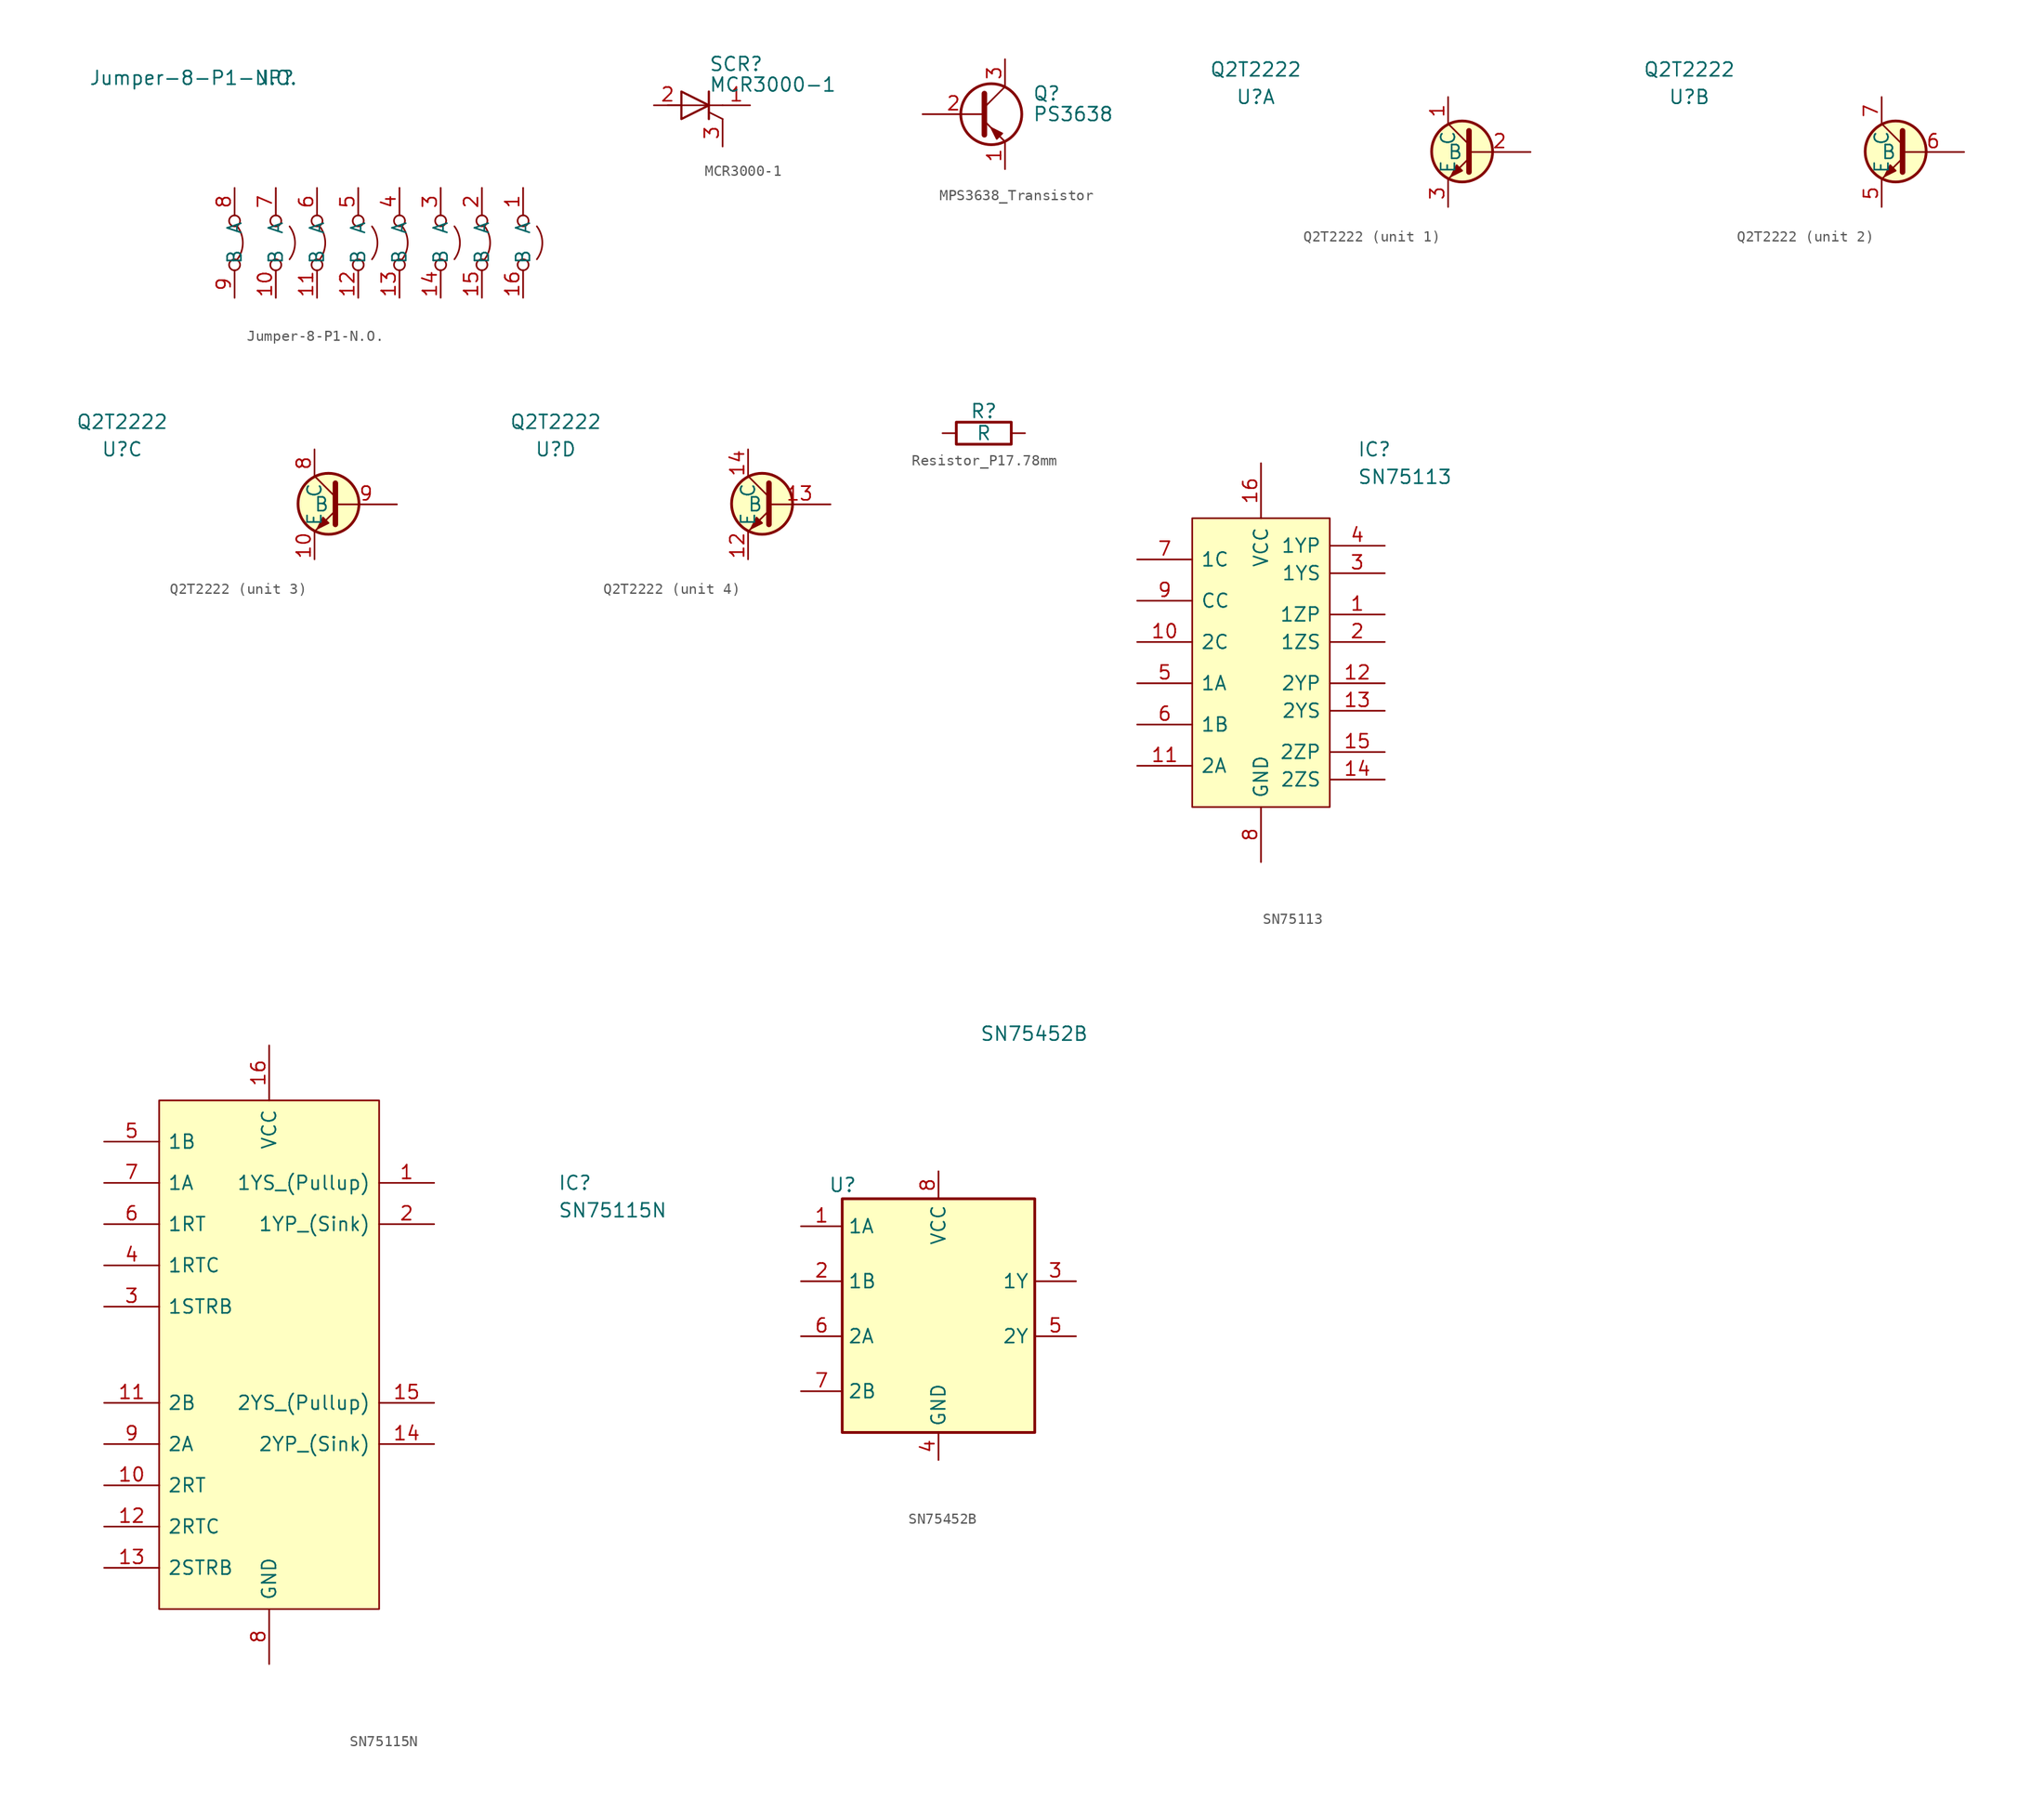
<source format=kicad_sym>
(kicad_symbol_lib
  (version 20220914)
  (generator kicad_symbol_editor)
  (symbol "Jumper-8-P1-N.O."
    (property "Reference" "JP"
      (at -10.16 15.24 0)
      (effects (font (size 1.27 1.27))))
    (property "Value" "Jumper-8-P1-N.O."
      (at -17.78 15.24 0)
      (effects (font (size 1.27 1.27))))
    (symbol "Jumper-8-P1-N.O._0_0"
      (circle (center -13.965 -2.038) (radius 0.508) (stroke (width 0) (type default)) (fill (type none)))
      (circle (center -13.965 2.026) (radius 0.508) (stroke (width 0) (type default)) (fill (type none)))
      (circle (center -10.157 -2.038) (radius 0.508) (stroke (width 0) (type default)) (fill (type none)))
      (circle (center -10.157 2.026) (radius 0.508) (stroke (width 0) (type default)) (fill (type none)))
      (circle (center -6.347 -2.038) (radius 0.508) (stroke (width 0) (type default)) (fill (type none)))
      (circle (center -6.347 2.026) (radius 0.508) (stroke (width 0) (type default)) (fill (type none)))
      (circle (center -2.539 -2.038) (radius 0.508) (stroke (width 0) (type default)) (fill (type none)))
      (circle (center -2.539 2.026) (radius 0.508) (stroke (width 0) (type default)) (fill (type none)))
      (circle (center 1.272 -2.032) (radius 0.508) (stroke (width 0) (type default)) (fill (type none)))
      (circle (center 1.272 2.032) (radius 0.508) (stroke (width 0) (type default)) (fill (type none)))
      (circle (center 5.08 -2.032) (radius 0.508) (stroke (width 0) (type default)) (fill (type none)))
      (circle (center 5.08 2.032) (radius 0.508) (stroke (width 0) (type default)) (fill (type none)))
      (circle (center 8.89 -2.032) (radius 0.508) (stroke (width 0) (type default)) (fill (type none)))
      (circle (center 8.89 2.032) (radius 0.508) (stroke (width 0) (type default)) (fill (type none)))
      (circle (center 12.698 -2.032) (radius 0.508) (stroke (width 0) (type default)) (fill (type none)))
      (circle (center 12.698 2.032) (radius 0.508) (stroke (width 0) (type default)) (fill (type none))))
    (symbol "Jumper-8-P1-N.O._0_1"
      (arc (start -13.7112 -1.5299) (mid -13.2036 -0.0059) (end -13.7112 1.5181) (stroke (width 0) (type default)) (fill (type none)))
      (arc (start -8.8872 -1.5299) (mid -8.3792 -0.0059) (end -8.8872 1.5181) (stroke (width 0) (type default)) (fill (type none)))
      (arc (start -6.0932 -1.5299) (mid -5.5856 -0.0059) (end -6.0932 1.5181) (stroke (width 0) (type default)) (fill (type none)))
      (arc (start -1.2692 -1.5299) (mid -0.7608 -0.0059) (end -1.2692 1.5181) (stroke (width 0) (type default)) (fill (type none)))
      (arc (start 1.526 -1.524) (mid 2.0336 0) (end 1.526 1.524) (stroke (width 0) (type default)) (fill (type none)))
      (arc (start 6.35 -1.524) (mid 6.858 0) (end 6.35 1.524) (stroke (width 0) (type default)) (fill (type none)))
      (arc (start 9.144 -1.524) (mid 9.6516 0) (end 9.144 1.524) (stroke (width 0) (type default)) (fill (type none)))
      (arc (start 13.968 -1.524) (mid 14.4764 0) (end 13.968 1.524) (stroke (width 0) (type default)) (fill (type none))))
    (symbol "Jumper-8-P1-N.O._1_1"
      (pin passive line (at 12.698 5.08 270) (length 2.54) (name "A" (effects (font (size 1.27 1.27)))) (number "1" (effects (font (size 1.27 1.27)))))
      (pin passive line (at -10.157 -5.086 90) (length 2.54) (name "B" (effects (font (size 1.27 1.27)))) (number "10" (effects (font (size 1.27 1.27)))))
      (pin passive line (at -6.347 -5.086 90) (length 2.54) (name "B" (effects (font (size 1.27 1.27)))) (number "11" (effects (font (size 1.27 1.27)))))
      (pin passive line (at -2.539 -5.086 90) (length 2.54) (name "B" (effects (font (size 1.27 1.27)))) (number "12" (effects (font (size 1.27 1.27)))))
      (pin passive line (at 1.272 -5.08 90) (length 2.54) (name "B" (effects (font (size 1.27 1.27)))) (number "13" (effects (font (size 1.27 1.27)))))
      (pin passive line (at 5.08 -5.08 90) (length 2.54) (name "B" (effects (font (size 1.27 1.27)))) (number "14" (effects (font (size 1.27 1.27)))))
      (pin passive line (at 8.89 -5.08 90) (length 2.54) (name "B" (effects (font (size 1.27 1.27)))) (number "15" (effects (font (size 1.27 1.27)))))
      (pin passive line (at 12.698 -5.08 90) (length 2.54) (name "B" (effects (font (size 1.27 1.27)))) (number "16" (effects (font (size 1.27 1.27)))))
      (pin passive line (at 8.89 5.08 270) (length 2.54) (name "A" (effects (font (size 1.27 1.27)))) (number "2" (effects (font (size 1.27 1.27)))))
      (pin passive line (at 5.08 5.08 270) (length 2.54) (name "A" (effects (font (size 1.27 1.27)))) (number "3" (effects (font (size 1.27 1.27)))))
      (pin passive line (at 1.272 5.08 270) (length 2.54) (name "A" (effects (font (size 1.27 1.27)))) (number "4" (effects (font (size 1.27 1.27)))))
      (pin passive line (at -2.539 5.074 270) (length 2.54) (name "A" (effects (font (size 1.27 1.27)))) (number "5" (effects (font (size 1.27 1.27)))))
      (pin passive line (at -6.347 5.074 270) (length 2.54) (name "A" (effects (font (size 1.27 1.27)))) (number "6" (effects (font (size 1.27 1.27)))))
      (pin passive line (at -10.157 5.074 270) (length 2.54) (name "A" (effects (font (size 1.27 1.27)))) (number "7" (effects (font (size 1.27 1.27)))))
      (pin passive line (at -13.965 5.074 270) (length 2.54) (name "A" (effects (font (size 1.27 1.27)))) (number "8" (effects (font (size 1.27 1.27)))))
      (pin passive line (at -13.965 -5.086 90) (length 2.54) (name "B" (effects (font (size 1.27 1.27)))) (number "9" (effects (font (size 1.27 1.27)))))))
  (symbol "MCR3000-1"
    (pin_names
      (offset 0) hide)
    (property "Reference" "SCR"
      (at 1.27 3.81 0)
      (effects (font (size 1.27 1.27)) (justify left)))
    (property "Value" "MCR3000-1"
      (at 1.27 1.905 0)
      (effects (font (size 1.27 1.27)) (justify left)))
    (symbol "MCR3000-1_0_1"
      (polyline (pts (xy 1.27 -1.27) (xy 1.27 1.27)) (stroke (width 0.203) (type default)) (fill (type none)))
      (polyline (pts (xy 2.54 -1.27) (xy 1.27 -0.635)) (stroke (width 0) (type default)) (fill (type none)))
      (polyline (pts (xy 2.54 0) (xy -2.54 0)) (stroke (width 0) (type default)) (fill (type none)))
      (polyline (pts (xy -1.27 -1.27) (xy -1.27 1.27) (xy 1.27 0) (xy -1.27 -1.27)) (stroke (width 0.203) (type default)) (fill (type none))))
    (symbol "MCR3000-1_1_1"
      (pin passive line (at 5.08 0 180) (length 2.54) (name "K" (effects (font (size 1.27 1.27)))) (number "1" (effects (font (size 1.27 1.27)))))
      (pin passive line (at -3.81 0 0) (length 2.54) (name "A" (effects (font (size 1.27 1.27)))) (number "2" (effects (font (size 1.27 1.27)))))
      (pin input line (at 2.54 -3.81 90) (length 2.54) (name "G" (effects (font (size 1.27 1.27)))) (number "3" (effects (font (size 1.27 1.27)))))))
  (symbol "MPS3638_Transistor"
    (pin_names
      (offset 0) hide)
    (property "Reference" "Q"
      (at 5.08 1.905 0)
      (effects (font (size 1.27 1.27)) (justify left)))
    (property "Value" "\nPS3638"
      (at 5.08 0 0)
      (effects (font (size 1.27 1.27)) (justify left)))
    (symbol "MPS3638_Transistor_0_1"
      (polyline (pts (xy 0.635 0.635) (xy 2.54 2.54)) (stroke (width 0) (type default)) (fill (type none)))
      (polyline (pts (xy 0.635 -0.635) (xy 2.54 -2.54) (xy 2.54 -2.54)) (stroke (width 0) (type default)) (fill (type none)))
      (polyline (pts (xy 0.635 1.905) (xy 0.635 -1.905) (xy 0.635 -1.905)) (stroke (width 0.508) (type default)) (fill (type none)))
      (polyline (pts (xy 2.286 -1.778) (xy 1.778 -2.286) (xy 1.27 -1.27) (xy 2.286 -1.778) (xy 2.286 -1.778)) (stroke (width 0) (type default)) (fill (type outline)))
      (circle (center 1.27 0) (radius 2.819) (stroke (width 0.254) (type default)) (fill (type none))))
    (symbol "MPS3638_Transistor_1_1"
      (pin passive line (at 2.54 -5.08 90) (length 2.54) (name "E" (effects (font (size 1.27 1.27)))) (number "1" (effects (font (size 1.27 1.27)))))
      (pin input line (at -5.08 0 0) (length 5.715) (name "B" (effects (font (size 1.27 1.27)))) (number "2" (effects (font (size 1.27 1.27)))))
      (pin passive line (at 2.54 5.08 270) (length 2.54) (name "C" (effects (font (size 1.27 1.27)))) (number "3" (effects (font (size 1.27 1.27)))))))
  (symbol "Q2T2222"
    (property "Reference" "U"
      (at -17.78 5.08 0)
      (effects (font (size 1.27 1.27))))
    (property "Value" "Q2T2222"
      (at -17.78 7.62 0)
      (effects (font (size 1.27 1.27))))
    (symbol "Q2T2222_0_1"
      (polyline (pts (xy 1.93 0.686) (xy 0.025 2.591)) (stroke (width 0) (type default)) (fill (type none)))
      (polyline (pts (xy 1.93 -0.584) (xy 0.025 -2.489) (xy 0.025 -2.489)) (stroke (width 0) (type default)) (fill (type none)))
      (polyline (pts (xy 1.93 1.956) (xy 1.93 -1.854) (xy 1.93 -1.854)) (stroke (width 0.508) (type default)) (fill (type color) (color 255 255 194 1)))
      (polyline (pts (xy 1.295 -1.727) (xy 0.787 -1.219) (xy 0.279 -2.235) (xy 1.295 -1.727) (xy 1.295 -1.727)) (stroke (width 0) (type default)) (fill (type outline)))
      (circle (center 1.295 0.051) (radius 2.819) (stroke (width 0.254) (type default)) (fill (type background))))
    (symbol "Q2T2222_1_1"
      (pin passive line (at 0 5.08 270) (length 2.54) (name "C" (effects (font (size 1.27 1.27)))) (number "1" (effects (font (size 1.27 1.27)))))
      (pin passive line (at 7.62 0 180) (length 5.715) (name "B" (effects (font (size 1.27 1.27)))) (number "2" (effects (font (size 1.27 1.27)))))
      (pin passive line (at 0 -5.08 90) (length 2.54) (name "E" (effects (font (size 1.27 1.27)))) (number "3" (effects (font (size 1.27 1.27))))))
    (symbol "Q2T2222_2_1"
      (pin passive line (at 0 -5.08 90) (length 2.54) (name "E" (effects (font (size 1.27 1.27)))) (number "5" (effects (font (size 1.27 1.27)))))
      (pin passive line (at 7.62 0 180) (length 5.715) (name "B" (effects (font (size 1.27 1.27)))) (number "6" (effects (font (size 1.27 1.27)))))
      (pin passive line (at 0 5.08 270) (length 2.54) (name "C" (effects (font (size 1.27 1.27)))) (number "7" (effects (font (size 1.27 1.27))))))
    (symbol "Q2T2222_3_1"
      (pin passive line (at 0 -5.08 90) (length 2.54) (name "E" (effects (font (size 1.27 1.27)))) (number "10" (effects (font (size 1.27 1.27)))))
      (pin passive line (at 0 5.08 270) (length 2.54) (name "C" (effects (font (size 1.27 1.27)))) (number "8" (effects (font (size 1.27 1.27)))))
      (pin passive line (at 7.62 0 180) (length 5.715) (name "B" (effects (font (size 1.27 1.27)))) (number "9" (effects (font (size 1.27 1.27))))))
    (symbol "Q2T2222_4_1"
      (pin passive line (at 0 -5.08 90) (length 2.54) (name "E" (effects (font (size 1.27 1.27)))) (number "12" (effects (font (size 1.27 1.27)))))
      (pin passive line (at 7.62 0 180) (length 5.715) (name "B" (effects (font (size 1.27 1.27)))) (number "13" (effects (font (size 1.27 1.27)))))
      (pin passive line (at 0 5.08 270) (length 2.54) (name "C" (effects (font (size 1.27 1.27)))) (number "14" (effects (font (size 1.27 1.27)))))))
  (symbol "Resistor_P17.78mm"
    (pin_numbers hide)
    (pin_names
      (offset 0))
    (property "Reference" "R"
      (at 0 2.032 0)
      (effects (font (size 1.27 1.27))))
    (property "Value" "R"
      (at 0 0 0)
      (effects (font (size 1.27 1.27))))
    (symbol "Resistor_P17.78mm_0_1"
      (rectangle (start -2.54 -1.016) (end 2.54 1.016) (stroke (width 0.254) (type default)) (fill (type none))))
    (symbol "Resistor_P17.78mm_1_1"
      (pin passive line (at -3.81 0 0) (length 1.27) (name "~" (effects (font (size 1.27 1.27)))) (number "1" (effects (font (size 1.27 1.27)))))
      (pin passive line (at 3.81 0 180) (length 1.27) (name "~" (effects (font (size 1.27 1.27)))) (number "2" (effects (font (size 1.27 1.27)))))))
  (symbol "SN75113"
    (pin_names
      (offset 0.762))
    (property "Reference" "IC"
      (at 8.89 19.05 0)
      (effects (font (size 1.27 1.27)) (justify left)))
    (property "Value" "SN75113"
      (at 8.89 16.51 0)
      (effects (font (size 1.27 1.27)) (justify left)))
    (symbol "SN75113_0_0"
      (pin passive line (at 11.43 3.81 180) (length 5.08) (name "1ZP" (effects (font (size 1.27 1.27)))) (number "1" (effects (font (size 1.27 1.27)))))
      (pin passive line (at -11.43 1.27 0) (length 5.08) (name "2C" (effects (font (size 1.27 1.27)))) (number "10" (effects (font (size 1.27 1.27)))))
      (pin passive line (at -11.43 -10.16 0) (length 5.08) (name "2A" (effects (font (size 1.27 1.27)))) (number "11" (effects (font (size 1.27 1.27)))))
      (pin passive line (at 11.43 -2.54 180) (length 5.08) (name "2YP" (effects (font (size 1.27 1.27)))) (number "12" (effects (font (size 1.27 1.27)))))
      (pin passive line (at 11.43 -5.08 180) (length 5.08) (name "2YS" (effects (font (size 1.27 1.27)))) (number "13" (effects (font (size 1.27 1.27)))))
      (pin passive line (at 11.43 -11.43 180) (length 5.08) (name "2ZS" (effects (font (size 1.27 1.27)))) (number "14" (effects (font (size 1.27 1.27)))))
      (pin passive line (at 11.43 -8.89 180) (length 5.08) (name "2ZP" (effects (font (size 1.27 1.27)))) (number "15" (effects (font (size 1.27 1.27)))))
      (pin power_in line (at 0 17.78 270) (length 5.08) (name "VCC" (effects (font (size 1.27 1.27)))) (number "16" (effects (font (size 1.27 1.27)))))
      (pin passive line (at 11.43 1.27 180) (length 5.08) (name "1ZS" (effects (font (size 1.27 1.27)))) (number "2" (effects (font (size 1.27 1.27)))))
      (pin passive line (at 11.43 7.62 180) (length 5.08) (name "1YS" (effects (font (size 1.27 1.27)))) (number "3" (effects (font (size 1.27 1.27)))))
      (pin passive line (at 11.43 10.16 180) (length 5.08) (name "1YP" (effects (font (size 1.27 1.27)))) (number "4" (effects (font (size 1.27 1.27)))))
      (pin passive line (at -11.43 -2.54 0) (length 5.08) (name "1A" (effects (font (size 1.27 1.27)))) (number "5" (effects (font (size 1.27 1.27)))))
      (pin passive line (at -11.43 -6.35 0) (length 5.08) (name "1B" (effects (font (size 1.27 1.27)))) (number "6" (effects (font (size 1.27 1.27)))))
      (pin passive line (at -11.43 8.89 0) (length 5.08) (name "1C" (effects (font (size 1.27 1.27)))) (number "7" (effects (font (size 1.27 1.27)))))
      (pin power_in line (at 0 -19.05 90) (length 5.08) (name "GND" (effects (font (size 1.27 1.27)))) (number "8" (effects (font (size 1.27 1.27)))))
      (pin passive line (at -11.43 5.08 0) (length 5.08) (name "CC" (effects (font (size 1.27 1.27)))) (number "9" (effects (font (size 1.27 1.27))))))
    (symbol "SN75113_0_1"
      (rectangle (start -6.35 12.7) (end 6.35 -13.97) (stroke (width 0.152) (type default)) (fill (type color) (color 255 255 194 1)))))
  (symbol "SN75115N"
    (pin_names
      (offset 0.762))
    (property "Reference" "IC"
      (at 26.67 7.62 0)
      (effects (font (size 1.27 1.27)) (justify left)))
    (property "Value" "SN75115N"
      (at 26.67 5.08 0)
      (effects (font (size 1.27 1.27)) (justify left)))
    (symbol "SN75115N_0_0"
      (pin output line (at 15.24 7.62 180) (length 5.08) (name "1YS_(Pullup)" (effects (font (size 1.27 1.27)))) (number "1" (effects (font (size 1.27 1.27)))))
      (pin input line (at -15.24 -20.32 0) (length 5.08) (name "2RT" (effects (font (size 1.27 1.27)))) (number "10" (effects (font (size 1.27 1.27)))))
      (pin input line (at -15.24 -12.7 0) (length 5.08) (name "2B" (effects (font (size 1.27 1.27)))) (number "11" (effects (font (size 1.27 1.27)))))
      (pin input line (at -15.24 -24.13 0) (length 5.08) (name "2RTC" (effects (font (size 1.27 1.27)))) (number "12" (effects (font (size 1.27 1.27)))))
      (pin input line (at -15.24 -27.94 0) (length 5.08) (name "2STRB" (effects (font (size 1.27 1.27)))) (number "13" (effects (font (size 1.27 1.27)))))
      (pin output line (at 15.24 -16.51 180) (length 5.08) (name "2YP_(Sink)" (effects (font (size 1.27 1.27)))) (number "14" (effects (font (size 1.27 1.27)))))
      (pin output line (at 15.24 -12.7 180) (length 5.08) (name "2YS_(Pullup)" (effects (font (size 1.27 1.27)))) (number "15" (effects (font (size 1.27 1.27)))))
      (pin power_in line (at 0 20.32 270) (length 5.08) (name "VCC" (effects (font (size 1.27 1.27)))) (number "16" (effects (font (size 1.27 1.27)))))
      (pin output line (at 15.24 3.81 180) (length 5.08) (name "1YP_(Sink)" (effects (font (size 1.27 1.27)))) (number "2" (effects (font (size 1.27 1.27)))))
      (pin input line (at -15.24 -3.81 0) (length 5.08) (name "1STRB" (effects (font (size 1.27 1.27)))) (number "3" (effects (font (size 1.27 1.27)))))
      (pin input line (at -15.24 0 0) (length 5.08) (name "1RTC" (effects (font (size 1.27 1.27)))) (number "4" (effects (font (size 1.27 1.27)))))
      (pin input line (at -15.24 11.43 0) (length 5.08) (name "1B" (effects (font (size 1.27 1.27)))) (number "5" (effects (font (size 1.27 1.27)))))
      (pin input line (at -15.24 3.81 0) (length 5.08) (name "1RT" (effects (font (size 1.27 1.27)))) (number "6" (effects (font (size 1.27 1.27)))))
      (pin input line (at -15.24 7.62 0) (length 5.08) (name "1A" (effects (font (size 1.27 1.27)))) (number "7" (effects (font (size 1.27 1.27)))))
      (pin power_in line (at 0 -36.83 90) (length 5.08) (name "GND" (effects (font (size 1.27 1.27)))) (number "8" (effects (font (size 1.27 1.27)))))
      (pin input line (at -15.24 -16.51 0) (length 5.08) (name "2A" (effects (font (size 1.27 1.27)))) (number "9" (effects (font (size 1.27 1.27))))))
    (symbol "SN75115N_0_1"
      (rectangle (start -10.16 15.24) (end 10.16 -31.75) (stroke (width 0.152) (type default)) (fill (type color) (color 255 255 194 1)))))
  (symbol "SN75452B"
    (property "Reference" "U"
      (at -10.16 8.89 0)
      (effects (font (size 1.27 1.27)) (justify left)))
    (property "Value" "SN75452B"
      (at 3.81 22.86 0)
      (effects (font (size 1.27 1.27)) (justify left)))
    (symbol "SN75452B_0_0"
      (pin power_in line (at 0 -16.51 90) (length 2.54) (name "GND" (effects (font (size 1.27 1.27)))) (number "4" (effects (font (size 1.27 1.27)))))
      (pin power_in line (at 0 10.16 270) (length 2.54) (name "VCC" (effects (font (size 1.27 1.27)))) (number "8" (effects (font (size 1.27 1.27))))))
    (symbol "SN75452B_0_1"
      (rectangle (start -8.89 7.62) (end 8.89 -13.97) (stroke (width 0.254) (type default)) (fill (type background))))
    (symbol "SN75452B_1_1"
      (pin input line (at -12.7 5.08 0) (length 3.81) (name "1A" (effects (font (size 1.27 1.27)))) (number "1" (effects (font (size 1.27 1.27)))))
      (pin input line (at -12.7 0 0) (length 3.81) (name "1B" (effects (font (size 1.27 1.27)))) (number "2" (effects (font (size 1.27 1.27)))))
      (pin output line (at 12.7 0 180) (length 3.81) (name "1Y" (effects (font (size 1.27 1.27)))) (number "3" (effects (font (size 1.27 1.27)))))
      (pin output line (at 12.7 -5.08 180) (length 3.81) (name "2Y" (effects (font (size 1.27 1.27)))) (number "5" (effects (font (size 1.27 1.27)))))
      (pin input line (at -12.7 -5.08 0) (length 3.81) (name "2A" (effects (font (size 1.27 1.27)))) (number "6" (effects (font (size 1.27 1.27)))))
      (pin input line (at -12.7 -10.16 0) (length 3.81) (name "2B" (effects (font (size 1.27 1.27)))) (number "7" (effects (font (size 1.27 1.27))))))))
</source>
